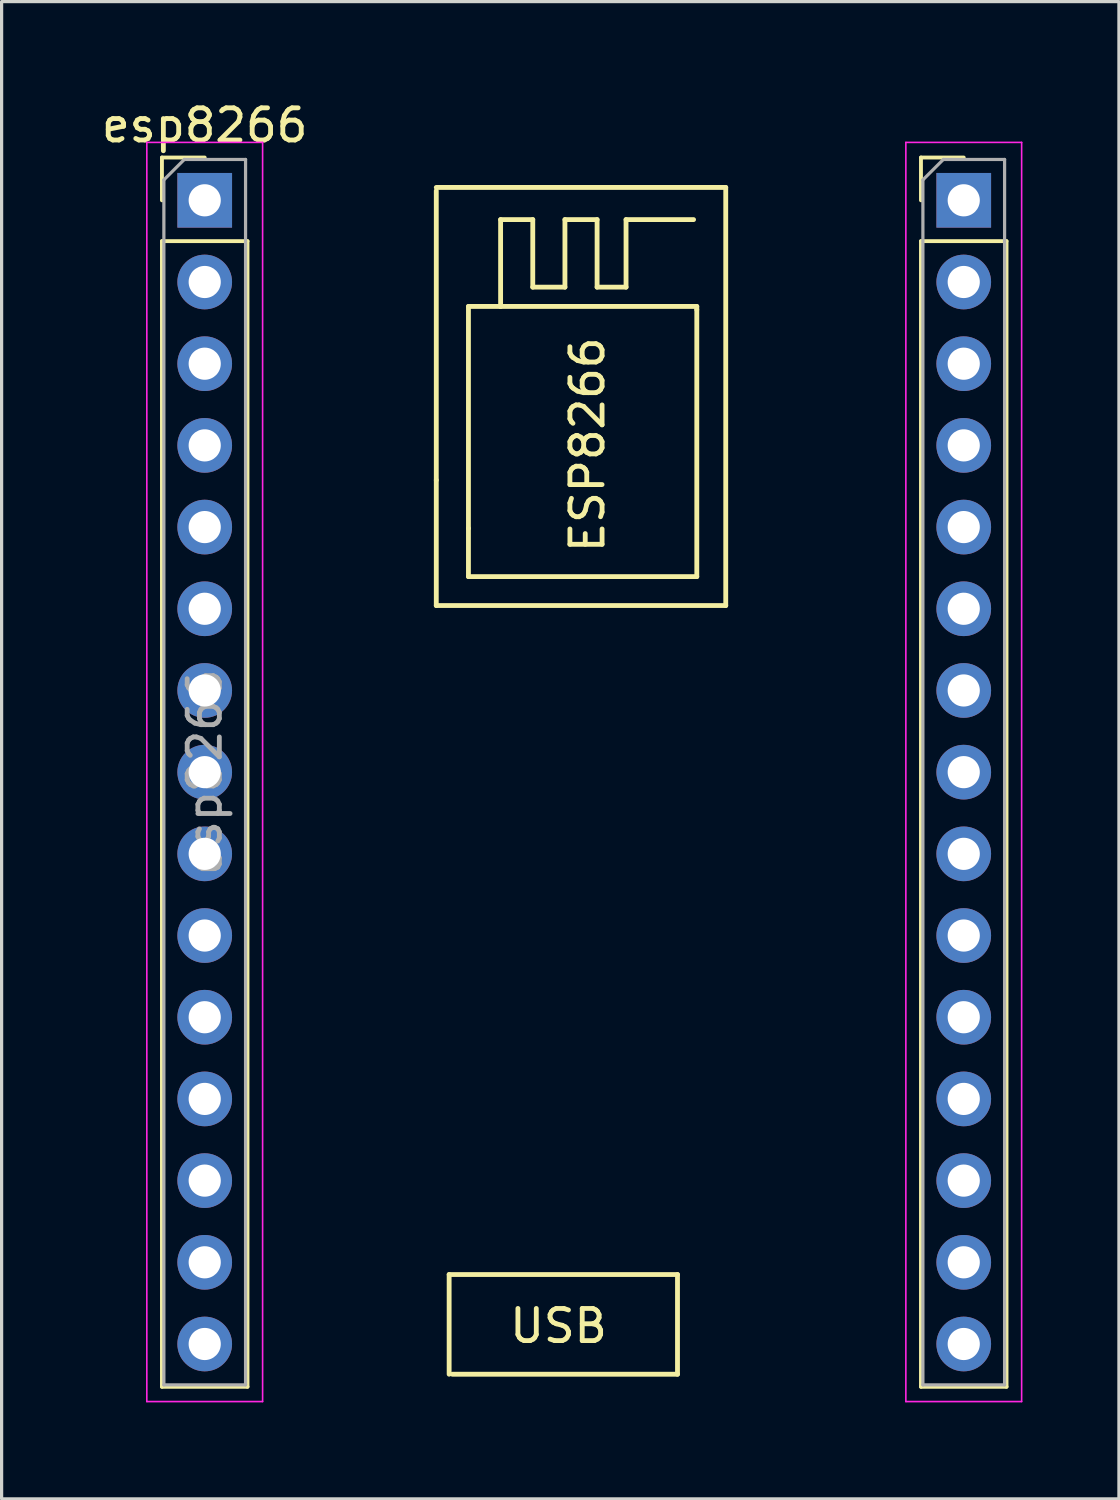
<source format=kicad_pcb>
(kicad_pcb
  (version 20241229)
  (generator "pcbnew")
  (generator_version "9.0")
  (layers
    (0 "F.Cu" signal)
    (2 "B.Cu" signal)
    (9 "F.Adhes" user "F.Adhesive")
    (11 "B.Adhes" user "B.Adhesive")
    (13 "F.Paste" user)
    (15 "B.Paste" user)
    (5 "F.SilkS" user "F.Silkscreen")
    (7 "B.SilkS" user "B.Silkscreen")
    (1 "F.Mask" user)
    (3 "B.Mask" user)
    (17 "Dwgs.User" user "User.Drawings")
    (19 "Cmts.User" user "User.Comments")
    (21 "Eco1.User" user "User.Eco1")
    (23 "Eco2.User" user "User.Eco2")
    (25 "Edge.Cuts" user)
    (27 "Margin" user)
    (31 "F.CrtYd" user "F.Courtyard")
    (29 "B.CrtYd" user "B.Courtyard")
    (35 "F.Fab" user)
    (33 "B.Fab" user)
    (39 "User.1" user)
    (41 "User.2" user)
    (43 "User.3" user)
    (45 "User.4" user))
  (footprint "esp8266"
    (layer "F.Cu")
    (at 15.115 21.878)
    (property "Reference" "esp8266" (at -11.8 -21.03 0) (layer "F.SilkS") (effects (font (size 1 1) (thickness 0.15))))
    (attr through_hole)
    (fp_line (start -13.13 -20.03) (end -11.8 -20.03) (stroke (width 0.12) (type solid)) (layer "F.SilkS"))
    (fp_line (start -13.13 -18.7) (end -13.13 -20.03) (stroke (width 0.12) (type solid)) (layer "F.SilkS"))
    (fp_line (start -13.13 -17.43) (end -13.13 18.19) (stroke (width 0.12) (type solid)) (layer "F.SilkS"))
    (fp_line (start -13.13 -17.43) (end -10.47 -17.43) (stroke (width 0.12) (type solid)) (layer "F.SilkS"))
    (fp_line (start -13.13 18.19) (end -10.47 18.19) (stroke (width 0.12) (type solid)) (layer "F.SilkS"))
    (fp_line (start -10.47 -17.43) (end -10.47 18.19) (stroke (width 0.12) (type solid)) (layer "F.SilkS"))
    (fp_line (start -4.6 -19) (end -4.6 -10) (stroke (width 0.15) (type solid)) (layer "F.SilkS"))
    (fp_line (start -4.6 -10) (end -4.6 -6.1) (stroke (width 0.15) (type solid)) (layer "F.SilkS"))
    (fp_line (start -4.6 -6.1) (end 4.4 -6.1) (stroke (width 0.15) (type solid)) (layer "F.SilkS"))
    (fp_line (start -4.2 14.7) (end -4.2 17.8) (stroke (width 0.15) (type solid)) (layer "F.SilkS"))
    (fp_line (start -4.1 17.8) (end 2.9 17.8) (stroke (width 0.15) (type solid)) (layer "F.SilkS"))
    (fp_line (start -3.6 -15.4) (end -3.6 -8.5) (stroke (width 0.15) (type solid)) (layer "F.SilkS"))
    (fp_line (start -3.6 -8.5) (end -3.6 -7) (stroke (width 0.15) (type solid)) (layer "F.SilkS"))
    (fp_line (start -3.6 -7) (end 3.5 -7) (stroke (width 0.15) (type solid)) (layer "F.SilkS"))
    (fp_line (start -2.6 -18.1) (end -2.6 -15.4) (stroke (width 0.15) (type solid)) (layer "F.SilkS"))
    (fp_line (start -2.6 -15.4) (end -3.6 -15.4) (stroke (width 0.15) (type solid)) (layer "F.SilkS"))
    (fp_line (start -1.6 -18.1) (end -2.6 -18.1) (stroke (width 0.15) (type solid)) (layer "F.SilkS"))
    (fp_line (start -1.6 -16) (end -1.6 -18.1) (stroke (width 0.15) (type solid)) (layer "F.SilkS"))
    (fp_line (start -0.6 -18.1) (end -0.6 -16) (stroke (width 0.15) (type solid)) (layer "F.SilkS"))
    (fp_line (start -0.6 -16) (end -1.6 -16) (stroke (width 0.15) (type solid)) (layer "F.SilkS"))
    (fp_line (start 0.4 -18.1) (end -0.6 -18.1) (stroke (width 0.15) (type solid)) (layer "F.SilkS"))
    (fp_line (start 0.4 -16) (end 0.4 -18.1) (stroke (width 0.15) (type solid)) (layer "F.SilkS"))
    (fp_line (start 1.3 -18.1) (end 1.3 -16) (stroke (width 0.15) (type solid)) (layer "F.SilkS"))
    (fp_line (start 1.3 -16) (end 0.4 -16) (stroke (width 0.15) (type solid)) (layer "F.SilkS"))
    (fp_line (start 2.9 14.7) (end -4.2 14.7) (stroke (width 0.15) (type solid)) (layer "F.SilkS"))
    (fp_line (start 2.9 17.8) (end 2.9 14.7) (stroke (width 0.15) (type solid)) (layer "F.SilkS"))
    (fp_line (start 3.4 -18.1) (end 1.3 -18.1) (stroke (width 0.15) (type solid)) (layer "F.SilkS"))
    (fp_line (start 3.5 -15.4) (end -2.6 -15.4) (stroke (width 0.15) (type solid)) (layer "F.SilkS"))
    (fp_line (start 3.5 -15.3) (end 3.5 -15.4) (stroke (width 0.15) (type solid)) (layer "F.SilkS"))
    (fp_line (start 3.5 -7) (end 3.5 -15.3) (stroke (width 0.15) (type solid)) (layer "F.SilkS"))
    (fp_line (start 4.4 -19.1) (end -4.6 -19.1) (stroke (width 0.15) (type solid)) (layer "F.SilkS"))
    (fp_line (start 4.4 -6.1) (end 4.4 -19.1) (stroke (width 0.15) (type solid)) (layer "F.SilkS"))
    (fp_line (start 10.47 -20.03) (end 11.8 -20.03) (stroke (width 0.12) (type solid)) (layer "F.SilkS"))
    (fp_line (start 10.47 -18.7) (end 10.47 -20.03) (stroke (width 0.12) (type solid)) (layer "F.SilkS"))
    (fp_line (start 10.47 -17.43) (end 10.47 18.19) (stroke (width 0.12) (type solid)) (layer "F.SilkS"))
    (fp_line (start 10.47 -17.43) (end 13.13 -17.43) (stroke (width 0.12) (type solid)) (layer "F.SilkS"))
    (fp_line (start 10.47 18.19) (end 13.13 18.19) (stroke (width 0.12) (type solid)) (layer "F.SilkS"))
    (fp_line (start 13.13 -17.43) (end 13.13 18.19) (stroke (width 0.12) (type solid)) (layer "F.SilkS"))
    (fp_line (start -13.6 -20.5) (end -13.6 18.65) (stroke (width 0.05) (type solid)) (layer "F.CrtYd"))
    (fp_line (start -13.6 18.65) (end -10 18.65) (stroke (width 0.05) (type solid)) (layer "F.CrtYd"))
    (fp_line (start -10 -20.5) (end -13.6 -20.5) (stroke (width 0.05) (type solid)) (layer "F.CrtYd"))
    (fp_line (start -10 18.65) (end -10 -20.5) (stroke (width 0.05) (type solid)) (layer "F.CrtYd"))
    (fp_line (start 10 -20.5) (end 10 18.65) (stroke (width 0.05) (type solid)) (layer "F.CrtYd"))
    (fp_line (start 10 18.65) (end 13.6 18.65) (stroke (width 0.05) (type solid)) (layer "F.CrtYd"))
    (fp_line (start 13.6 -20.5) (end 10 -20.5) (stroke (width 0.05) (type solid)) (layer "F.CrtYd"))
    (fp_line (start 13.6 18.65) (end 13.6 -20.5) (stroke (width 0.05) (type solid)) (layer "F.CrtYd"))
    (fp_line (start -13.07 -19.335) (end -12.435 -19.97) (stroke (width 0.1) (type solid)) (layer "F.Fab"))
    (fp_line (start -13.07 18.13) (end -13.07 -19.335) (stroke (width 0.1) (type solid)) (layer "F.Fab"))
    (fp_line (start -12.435 -19.97) (end -10.53 -19.97) (stroke (width 0.1) (type solid)) (layer "F.Fab"))
    (fp_line (start -10.53 -19.97) (end -10.53 18.13) (stroke (width 0.1) (type solid)) (layer "F.Fab"))
    (fp_line (start -10.53 18.13) (end -13.07 18.13) (stroke (width 0.1) (type solid)) (layer "F.Fab"))
    (fp_line (start 10.53 -19.335) (end 11.165 -19.97) (stroke (width 0.1) (type solid)) (layer "F.Fab"))
    (fp_line (start 10.53 18.13) (end 10.53 -19.335) (stroke (width 0.1) (type solid)) (layer "F.Fab"))
    (fp_line (start 11.165 -19.97) (end 13.07 -19.97) (stroke (width 0.1) (type solid)) (layer "F.Fab"))
    (fp_line (start 13.07 -19.97) (end 13.07 18.13) (stroke (width 0.1) (type solid)) (layer "F.Fab"))
    (fp_line (start 13.07 18.13) (end 10.53 18.13) (stroke (width 0.1) (type solid)) (layer "F.Fab"))
    (fp_text user "USB" (at -0.8 16.3 0) (layer "F.SilkS") (effects (font (size 1 1) (thickness 0.15))))
    (fp_text user "ESP8266" (at 0.1 -11.1 90) (layer "F.SilkS") (effects (font (size 1 1) (thickness 0.15))))
    (fp_text user "${REFERENCE}" (at -11.8 -0.92 90) (layer "F.Fab") (effects (font (size 1 1) (thickness 0.15))))
    (pad "1" thru_hole rect (at -11.8 -18.7) (size 1.7 1.7) (drill 1) (layers "*.Cu" "*.Mask"))
    (pad "2" thru_hole oval (at -11.8 -16.16) (size 1.7 1.7) (drill 1) (layers "*.Cu" "*.Mask"))
    (pad "3" thru_hole oval (at -11.8 -13.62) (size 1.7 1.7) (drill 1) (layers "*.Cu" "*.Mask"))
    (pad "4" thru_hole oval (at -11.8 -11.08) (size 1.7 1.7) (drill 1) (layers "*.Cu" "*.Mask"))
    (pad "5" thru_hole oval (at -11.8 -8.54) (size 1.7 1.7) (drill 1) (layers "*.Cu" "*.Mask"))
    (pad "6" thru_hole oval (at -11.8 -6) (size 1.7 1.7) (drill 1) (layers "*.Cu" "*.Mask"))
    (pad "7" thru_hole oval (at -11.8 -3.46) (size 1.7 1.7) (drill 1) (layers "*.Cu" "*.Mask"))
    (pad "8" thru_hole oval (at -11.8 -0.92) (size 1.7 1.7) (drill 1) (layers "*.Cu" "*.Mask"))
    (pad "9" thru_hole oval (at -11.8 1.62) (size 1.7 1.7) (drill 1) (layers "*.Cu" "*.Mask"))
    (pad "10" thru_hole oval (at -11.8 4.16) (size 1.7 1.7) (drill 1) (layers "*.Cu" "*.Mask"))
    (pad "11" thru_hole oval (at -11.8 6.7) (size 1.7 1.7) (drill 1) (layers "*.Cu" "*.Mask"))
    (pad "12" thru_hole oval (at -11.8 9.24) (size 1.7 1.7) (drill 1) (layers "*.Cu" "*.Mask"))
    (pad "13" thru_hole oval (at -11.8 11.78) (size 1.7 1.7) (drill 1) (layers "*.Cu" "*.Mask"))
    (pad "14" thru_hole oval (at -11.8 14.32) (size 1.7 1.7) (drill 1) (layers "*.Cu" "*.Mask"))
    (pad "15" thru_hole oval (at -11.8 16.86) (size 1.7 1.7) (drill 1) (layers "*.Cu" "*.Mask"))
    (pad "16" thru_hole rect (at 11.8 -18.7) (size 1.7 1.7) (drill 1) (layers "*.Cu" "*.Mask"))
    (pad "17" thru_hole oval (at 11.8 -16.16) (size 1.7 1.7) (drill 1) (layers "*.Cu" "*.Mask"))
    (pad "18" thru_hole oval (at 11.8 -13.62) (size 1.7 1.7) (drill 1) (layers "*.Cu" "*.Mask"))
    (pad "19" thru_hole oval (at 11.8 -11.08) (size 1.7 1.7) (drill 1) (layers "*.Cu" "*.Mask"))
    (pad "20" thru_hole oval (at 11.8 -8.54) (size 1.7 1.7) (drill 1) (layers "*.Cu" "*.Mask"))
    (pad "21" thru_hole oval (at 11.8 -6) (size 1.7 1.7) (drill 1) (layers "*.Cu" "*.Mask"))
    (pad "22" thru_hole oval (at 11.8 -3.46) (size 1.7 1.7) (drill 1) (layers "*.Cu" "*.Mask"))
    (pad "23" thru_hole oval (at 11.8 -0.92) (size 1.7 1.7) (drill 1) (layers "*.Cu" "*.Mask"))
    (pad "24" thru_hole oval (at 11.8 1.62) (size 1.7 1.7) (drill 1) (layers "*.Cu" "*.Mask"))
    (pad "25" thru_hole oval (at 11.8 4.16) (size 1.7 1.7) (drill 1) (layers "*.Cu" "*.Mask"))
    (pad "26" thru_hole oval (at 11.8 6.7) (size 1.7 1.7) (drill 1) (layers "*.Cu" "*.Mask"))
    (pad "27" thru_hole oval (at 11.8 9.24) (size 1.7 1.7) (drill 1) (layers "*.Cu" "*.Mask"))
    (pad "28" thru_hole oval (at 11.8 11.78) (size 1.7 1.7) (drill 1) (layers "*.Cu" "*.Mask"))
    (pad "29" thru_hole oval (at 11.8 14.32) (size 1.7 1.7) (drill 1) (layers "*.Cu" "*.Mask"))
    (pad "30" thru_hole oval (at 11.8 16.86) (size 1.7 1.7) (drill 1) (layers "*.Cu" "*.Mask")))
  (gr_rect
    (start -3 -3)
    (end 31.74 43.553)
    (stroke (width 0.1) (type default))
    (fill no)
    (layer "Edge.Cuts")))
</source>
